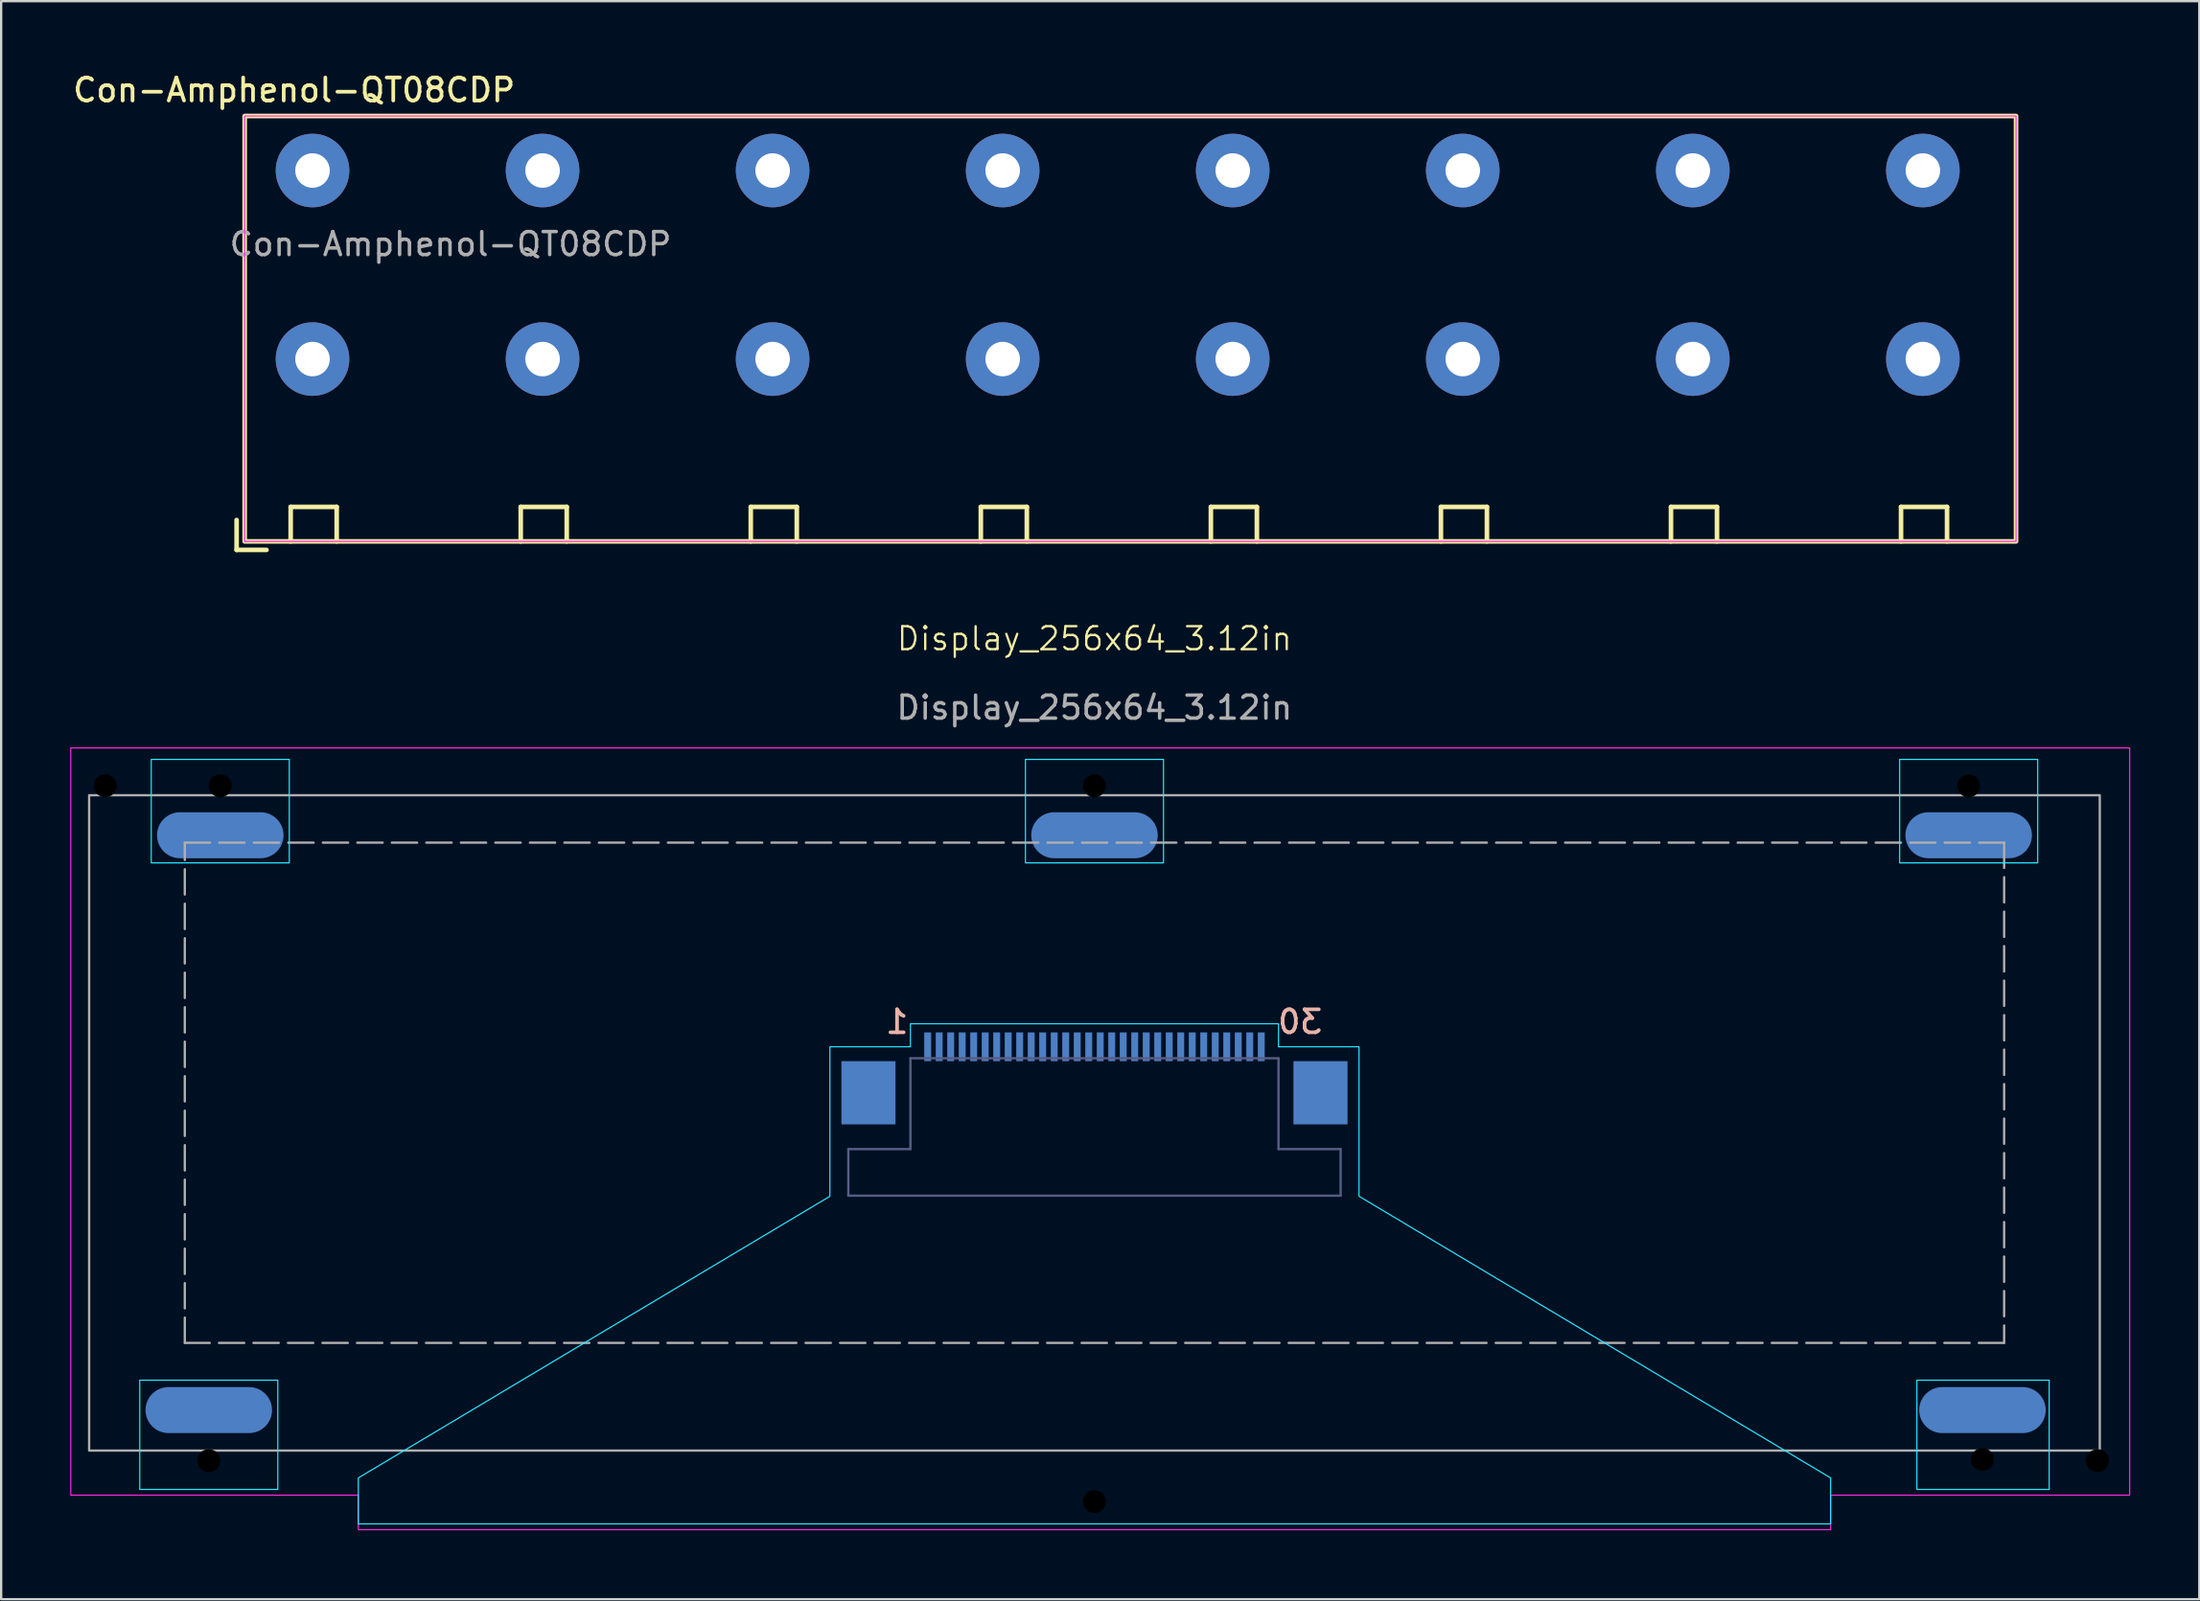
<source format=kicad_pcb>
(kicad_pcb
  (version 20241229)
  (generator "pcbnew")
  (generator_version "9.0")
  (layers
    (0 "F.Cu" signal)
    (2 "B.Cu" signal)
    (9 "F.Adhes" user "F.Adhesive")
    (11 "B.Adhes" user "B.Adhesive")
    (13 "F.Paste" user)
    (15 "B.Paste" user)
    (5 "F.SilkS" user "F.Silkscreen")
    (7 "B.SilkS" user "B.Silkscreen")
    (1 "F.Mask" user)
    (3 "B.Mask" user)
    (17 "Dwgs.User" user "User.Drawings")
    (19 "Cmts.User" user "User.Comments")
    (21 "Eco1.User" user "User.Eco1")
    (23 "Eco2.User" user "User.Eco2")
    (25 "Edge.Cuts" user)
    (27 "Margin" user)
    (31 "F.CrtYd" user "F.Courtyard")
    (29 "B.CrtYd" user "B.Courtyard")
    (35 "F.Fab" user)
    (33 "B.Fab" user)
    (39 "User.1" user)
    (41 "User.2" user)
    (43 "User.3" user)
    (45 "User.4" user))
  (footprint "Display_256x64_3.12in"
    (layer "F.Cu")
    (at 44.525 44.476)
    (property "Reference" "Display_256x64_3.12in" (at 0 -19.75 0) (unlocked yes) (layer "F.SilkS") (effects (font (size 1 1) (thickness 0.1))))
    (attr smd)
    (fp_rect (start -41.5 12.5) (end -35.5 17.25) (stroke (width 0.05) (type default)) (fill no) (layer "B.CrtYd"))
    (fp_rect (start -41 -14.5) (end -35 -10) (stroke (width 0.05) (type default)) (fill no) (layer "B.CrtYd"))
    (fp_rect (start -3 -14.5) (end 3 -10) (stroke (width 0.05) (type default)) (fill no) (layer "B.CrtYd"))
    (fp_rect (start 35 -14.5) (end 41 -10) (stroke (width 0.05) (type default)) (fill no) (layer "B.CrtYd"))
    (fp_rect (start 35.75 12.5) (end 41.5 17.25) (stroke (width 0.05) (type default)) (fill no) (layer "B.CrtYd"))
    (fp_poly (pts (xy -32 18.75) (xy -32 16.75) (xy -11.5 4.5) (xy -11.5 -2) (xy -8 -2) (xy -8 -3) (xy 8 -3) (xy 8 -2) (xy 11.5 -2) (xy 11.5 4.5) (xy 32 16.75) (xy 32 18.75)) (stroke (width 0.05) (type solid)) (fill no) (layer "B.CrtYd"))
    (fp_poly (pts (xy 32 19) (xy 32 17.5) (xy 45 17.5) (xy 45 -15) (xy -44.5 -15) (xy -44.5 17.5) (xy -32 17.5) (xy -32 19)) (stroke (width 0.05) (type solid)) (fill no) (layer "F.CrtYd"))
    (fp_line (start -10.7 2.45) (end -10.7 4.475) (stroke (width 0.1) (type default)) (layer "B.Fab"))
    (fp_line (start -8 -1.5) (end -8 2.45) (stroke (width 0.1) (type solid)) (layer "B.Fab"))
    (fp_line (start -8 -1.5) (end 8 -1.5) (stroke (width 0.1) (type default)) (layer "B.Fab"))
    (fp_line (start -8 2.45) (end -10.7 2.45) (stroke (width 0.1) (type solid)) (layer "B.Fab"))
    (fp_line (start 8 -1.5) (end 8 2.45) (stroke (width 0.1) (type solid)) (layer "B.Fab"))
    (fp_line (start 8 2.45) (end 10.7 2.45) (stroke (width 0.1) (type solid)) (layer "B.Fab"))
    (fp_line (start 10.7 2.45) (end 10.7 4.475) (stroke (width 0.1) (type default)) (layer "B.Fab"))
    (fp_line (start 10.7 4.475) (end -10.7 4.475) (stroke (width 0.1) (type solid)) (layer "B.Fab"))
    (fp_rect (start -43.7 -12.94) (end 43.7 15.56) (stroke (width 0.1) (type solid)) (fill no) (layer "F.Fab"))
    (fp_rect (start -39.542 -10.878) (end 39.542 10.878) (stroke (width 0.1) (type dash)) (fill no) (layer "F.Fab"))
    (fp_text user "1" (at -8 -2.5 0) (unlocked yes) (layer "B.SilkS") (effects (font (size 1 1) (thickness 0.16)) (justify left bottom mirror)))
    (fp_text user "30" (at 10 -2.5 0) (unlocked yes) (layer "B.SilkS") (effects (font (size 1 1) (thickness 0.16)) (justify left bottom mirror)))
    (fp_text user "${REFERENCE}" (at 0 -16.75 0) (unlocked yes) (layer "F.Fab") (effects (font (size 1 1) (thickness 0.15))))
    (pad "" np_thru_hole circle (at -43 -13.35) (size 1 1) (drill 2) (layers "*.Mask"))
    (pad "" np_thru_hole circle (at -38.5 16) (size 1 1) (drill oval 5.5 2) (layers "*.Mask"))
    (pad "" np_thru_hole circle (at -38 -13.35) (size 1 1) (drill oval 5.5 2) (layers "*.Mask"))
    (pad "" np_thru_hole circle (at 0 -13.35) (size 1 1) (drill oval 5.5 2) (layers "*.Mask"))
    (pad "" np_thru_hole circle (at 0 17.78) (size 1 1) (drill oval 64 2) (layers "*.Mask"))
    (pad "" np_thru_hole circle (at 38 -13.35) (size 1 1) (drill oval 5.5 2) (layers "*.Mask"))
    (pad "" np_thru_hole circle (at 38.6 15.95) (size 1 1) (drill oval 5.5 2) (layers "*.Mask"))
    (pad "" np_thru_hole circle (at 43.6 16) (size 1 1) (drill 2) (layers "*.Mask"))
    (pad "1" smd rect (at -7.25 -2) (size 0.3 1.25) (layers "B.Cu" "B.Mask" "B.Paste"))
    (pad "2" smd rect (at -6.75 -2) (size 0.3 1.25) (layers "B.Cu" "B.Mask" "B.Paste"))
    (pad "3" smd rect (at -6.25 -2) (size 0.3 1.25) (layers "B.Cu" "B.Mask" "B.Paste"))
    (pad "4" smd rect (at -5.75 -2) (size 0.3 1.25) (layers "B.Cu" "B.Mask" "B.Paste"))
    (pad "5" smd rect (at -5.25 -2) (size 0.3 1.25) (layers "B.Cu" "B.Mask" "B.Paste"))
    (pad "6" smd rect (at -4.75 -2) (size 0.3 1.25) (layers "B.Cu" "B.Mask" "B.Paste"))
    (pad "7" smd rect (at -4.25 -2) (size 0.3 1.25) (layers "B.Cu" "B.Mask" "B.Paste"))
    (pad "8" smd rect (at -3.75 -2) (size 0.3 1.25) (layers "B.Cu" "B.Mask" "B.Paste"))
    (pad "9" smd rect (at -3.25 -2) (size 0.3 1.25) (layers "B.Cu" "B.Mask" "B.Paste"))
    (pad "10" smd rect (at -2.75 -2) (size 0.3 1.25) (layers "B.Cu" "B.Mask" "B.Paste"))
    (pad "11" smd rect (at -2.25 -2) (size 0.3 1.25) (layers "B.Cu" "B.Mask" "B.Paste"))
    (pad "12" smd rect (at -1.75 -2) (size 0.3 1.25) (layers "B.Cu" "B.Mask" "B.Paste"))
    (pad "13" smd rect (at -1.25 -2) (size 0.3 1.25) (layers "B.Cu" "B.Mask" "B.Paste"))
    (pad "14" smd rect (at -0.75 -2) (size 0.3 1.25) (layers "B.Cu" "B.Mask" "B.Paste"))
    (pad "15" smd rect (at -0.25 -2) (size 0.3 1.25) (layers "B.Cu" "B.Mask" "B.Paste"))
    (pad "16" smd rect (at 0.25 -2) (size 0.3 1.25) (layers "B.Cu" "B.Mask" "B.Paste"))
    (pad "17" smd rect (at 0.75 -2) (size 0.3 1.25) (layers "B.Cu" "B.Mask" "B.Paste"))
    (pad "18" smd rect (at 1.25 -2) (size 0.3 1.25) (layers "B.Cu" "B.Mask" "B.Paste"))
    (pad "19" smd rect (at 1.75 -2) (size 0.3 1.25) (layers "B.Cu" "B.Mask" "B.Paste"))
    (pad "20" smd rect (at 2.25 -2) (size 0.3 1.25) (layers "B.Cu" "B.Mask" "B.Paste"))
    (pad "21" smd rect (at 2.75 -2) (size 0.3 1.25) (layers "B.Cu" "B.Mask" "B.Paste"))
    (pad "22" smd rect (at 3.25 -2) (size 0.3 1.25) (layers "B.Cu" "B.Mask" "B.Paste"))
    (pad "23" smd rect (at 3.75 -2) (size 0.3 1.25) (layers "B.Cu" "B.Mask" "B.Paste"))
    (pad "24" smd rect (at 4.25 -2) (size 0.3 1.25) (layers "B.Cu" "B.Mask" "B.Paste"))
    (pad "25" smd rect (at 5.25 -2) (size 0.3 1.25) (layers "B.Cu" "B.Mask" "B.Paste"))
    (pad "26" smd rect (at 4.75 -2) (size 0.3 1.25) (layers "B.Cu" "B.Mask" "B.Paste"))
    (pad "27" smd rect (at 6.25 -2) (size 0.3 1.25) (layers "B.Cu" "B.Mask" "B.Paste"))
    (pad "28" smd rect (at 5.75 -2) (size 0.3 1.25) (layers "B.Cu" "B.Mask" "B.Paste"))
    (pad "29" smd rect (at 6.75 -2) (size 0.3 1.25) (layers "B.Cu" "B.Mask" "B.Paste"))
    (pad "30" smd rect (at 7.25 -2) (size 0.3 1.25) (layers "B.Cu" "B.Mask" "B.Paste"))
    (pad "M" smd rect (at -9.825 0) (size 2.35 2.75) (layers "B.Cu" "B.Mask" "B.Paste"))
    (pad "M" smd rect (at 9.825 0) (size 2.35 2.75) (layers "B.Cu" "B.Mask" "B.Paste"))
    (pad "N" smd oval (at -38.5 13.8) (size 5.5 2) (layers "B.Cu" "B.Mask" "B.Paste"))
    (pad "N" smd oval (at -38 -11.2) (size 5.5 2) (layers "B.Cu" "B.Mask" "B.Paste"))
    (pad "N" smd oval (at 0 -11.2) (size 5.5 2) (layers "B.Cu" "B.Mask" "B.Paste"))
    (pad "N" smd oval (at 38 -11.2) (size 5.5 2) (layers "B.Cu" "B.Mask" "B.Paste"))
    (pad "N" smd oval (at 38.6 13.8) (size 5.5 2) (layers "B.Cu" "B.Mask" "B.Paste")))
  (footprint "Con-Amphenol-QT08CDP"
    (layer "F.Cu")
    (at 10.535 12.566)
    (property "Reference" "Con-Amphenol-QT08CDP" (at -0.8 -11.7 0) (unlocked yes) (layer "F.SilkS") (effects (font (size 1 1) (thickness 0.16))))
    (attr through_hole)
    (fp_line (start -3.3 7) (end -3.3 8.3) (stroke (width 0.2) (type solid)) (layer "F.SilkS"))
    (fp_line (start -3.3 8.3) (end -2 8.3) (stroke (width 0.2) (type solid)) (layer "F.SilkS"))
    (fp_line (start -0.95 6.43) (end -0.95 7.93) (stroke (width 0.2) (type solid)) (layer "F.SilkS"))
    (fp_line (start -0.95 6.43) (end 1.05 6.43) (stroke (width 0.2) (type solid)) (layer "F.SilkS"))
    (fp_line (start 1.05 7.93) (end 1.05 6.43) (stroke (width 0.2) (type solid)) (layer "F.SilkS"))
    (fp_line (start 9.05 6.43) (end 9.05 7.93) (stroke (width 0.2) (type solid)) (layer "F.SilkS"))
    (fp_line (start 9.05 6.43) (end 11.05 6.43) (stroke (width 0.2) (type solid)) (layer "F.SilkS"))
    (fp_line (start 11.05 7.93) (end 11.05 6.43) (stroke (width 0.2) (type solid)) (layer "F.SilkS"))
    (fp_line (start 19.05 6.43) (end 19.05 7.93) (stroke (width 0.2) (type solid)) (layer "F.SilkS"))
    (fp_line (start 19.05 6.43) (end 21.05 6.43) (stroke (width 0.2) (type solid)) (layer "F.SilkS"))
    (fp_line (start 21.05 7.93) (end 21.05 6.43) (stroke (width 0.2) (type solid)) (layer "F.SilkS"))
    (fp_line (start 29.05 6.43) (end 29.05 7.93) (stroke (width 0.2) (type solid)) (layer "F.SilkS"))
    (fp_line (start 29.05 6.43) (end 31.05 6.43) (stroke (width 0.2) (type solid)) (layer "F.SilkS"))
    (fp_line (start 31.05 7.93) (end 31.05 6.43) (stroke (width 0.2) (type solid)) (layer "F.SilkS"))
    (fp_line (start 39.05 6.43) (end 39.05 7.93) (stroke (width 0.2) (type solid)) (layer "F.SilkS"))
    (fp_line (start 39.05 6.43) (end 41.05 6.43) (stroke (width 0.2) (type solid)) (layer "F.SilkS"))
    (fp_line (start 41.05 7.93) (end 41.05 6.43) (stroke (width 0.2) (type solid)) (layer "F.SilkS"))
    (fp_line (start 49.05 6.43) (end 49.05 7.93) (stroke (width 0.2) (type solid)) (layer "F.SilkS"))
    (fp_line (start 49.05 6.43) (end 51.05 6.43) (stroke (width 0.2) (type solid)) (layer "F.SilkS"))
    (fp_line (start 51.05 7.93) (end 51.05 6.43) (stroke (width 0.2) (type solid)) (layer "F.SilkS"))
    (fp_line (start 59.05 6.43) (end 59.05 7.93) (stroke (width 0.2) (type solid)) (layer "F.SilkS"))
    (fp_line (start 59.05 6.43) (end 61.05 6.43) (stroke (width 0.2) (type solid)) (layer "F.SilkS"))
    (fp_line (start 61.05 7.93) (end 61.05 6.43) (stroke (width 0.2) (type solid)) (layer "F.SilkS"))
    (fp_line (start 69.05 6.43) (end 69.05 7.93) (stroke (width 0.2) (type solid)) (layer "F.SilkS"))
    (fp_line (start 69.05 6.43) (end 71.05 6.43) (stroke (width 0.2) (type solid)) (layer "F.SilkS"))
    (fp_line (start 71.05 7.93) (end 71.05 6.43) (stroke (width 0.2) (type solid)) (layer "F.SilkS"))
    (fp_rect (start -2.95 -10.57) (end 74.05 7.93) (stroke (width 0.2) (type solid)) (fill no) (layer "F.SilkS"))
    (fp_rect (start -2.95 -10.57) (end 74.05 7.93) (stroke (width 0.05) (type solid)) (fill no) (layer "F.CrtYd"))
    (fp_line (start -2.95 6.4) (end -1.45 7.9) (stroke (width 0.1) (type default)) (layer "User.1"))
    (fp_line (start 7.05 -10.57) (end 7.05 7.93) (stroke (width 0.1) (type default)) (layer "User.1"))
    (fp_line (start 17.05 -10.57) (end 17.05 7.93) (stroke (width 0.1) (type default)) (layer "User.1"))
    (fp_line (start 27.05 -10.57) (end 27.05 7.93) (stroke (width 0.1) (type default)) (layer "User.1"))
    (fp_line (start 37.05 -10.57) (end 37.05 7.93) (stroke (width 0.1) (type solid)) (layer "User.1"))
    (fp_line (start 47.05 -10.57) (end 47.05 7.93) (stroke (width 0.1) (type default)) (layer "User.1"))
    (fp_line (start 57.05 -10.57) (end 57.05 7.93) (stroke (width 0.1) (type default)) (layer "User.1"))
    (fp_line (start 67.05 -10.57) (end 67.05 7.93) (stroke (width 0.1) (type default)) (layer "User.1"))
    (fp_line (start 72.05 -10.57) (end 72.05 7.93) (stroke (width 0.1) (type default)) (layer "User.1"))
    (fp_rect (start -2.95 -10.57) (end 74.05 7.93) (stroke (width 0.1) (type default)) (fill no) (layer "User.1"))
    (fp_text user "${REFERENCE}" (at 6 -5 0) (unlocked yes) (layer "F.Fab") (effects (font (size 1 1) (thickness 0.15))))
    (pad "1" thru_hole circle (at 0 -8.2) (size 3.2 3.2) (drill 1.5) (layers "*.Cu" "*.Mask"))
    (pad "2" thru_hole circle (at 10 -8.2) (size 3.2 3.2) (drill 1.5) (layers "*.Cu" "*.Mask"))
    (pad "3" thru_hole circle (at 20 -8.2) (size 3.2 3.2) (drill 1.5) (layers "*.Cu" "*.Mask"))
    (pad "4" thru_hole circle (at 30 -8.2) (size 3.2 3.2) (drill 1.5) (layers "*.Cu" "*.Mask"))
    (pad "5" thru_hole circle (at 40 -8.2) (size 3.2 3.2) (drill 1.5) (layers "*.Cu" "*.Mask"))
    (pad "6" thru_hole circle (at 50 -8.2) (size 3.2 3.2) (drill 1.5) (layers "*.Cu" "*.Mask"))
    (pad "7" thru_hole circle (at 60 -8.2) (size 3.2 3.2) (drill 1.5) (layers "*.Cu" "*.Mask"))
    (pad "8" thru_hole circle (at 70 -8.2) (size 3.2 3.2) (drill 1.5) (layers "*.Cu" "*.Mask"))
    (pad "9" thru_hole circle (at 0 0) (size 3.2 3.2) (drill 1.5) (layers "*.Cu" "*.Mask"))
    (pad "10" thru_hole circle (at 10 0) (size 3.2 3.2) (drill 1.5) (layers "*.Cu" "*.Mask"))
    (pad "11" thru_hole circle (at 20 0) (size 3.2 3.2) (drill 1.5) (layers "*.Cu" "*.Mask"))
    (pad "12" thru_hole circle (at 30 0) (size 3.2 3.2) (drill 1.5) (layers "*.Cu" "*.Mask"))
    (pad "13" thru_hole circle (at 40 0) (size 3.2 3.2) (drill 1.5) (layers "*.Cu" "*.Mask"))
    (pad "14" thru_hole circle (at 50 0) (size 3.2 3.2) (drill 1.5) (layers "*.Cu" "*.Mask"))
    (pad "15" thru_hole circle (at 60 0) (size 3.2 3.2) (drill 1.5) (layers "*.Cu" "*.Mask"))
    (pad "16" thru_hole circle (at 70 0) (size 3.2 3.2) (drill 1.5) (layers "*.Cu" "*.Mask")))
  (gr_rect
    (start -3 -3)
    (end 92.55 66.501)
    (stroke (width 0.1) (type default))
    (fill no)
    (layer "Edge.Cuts")))
</source>
